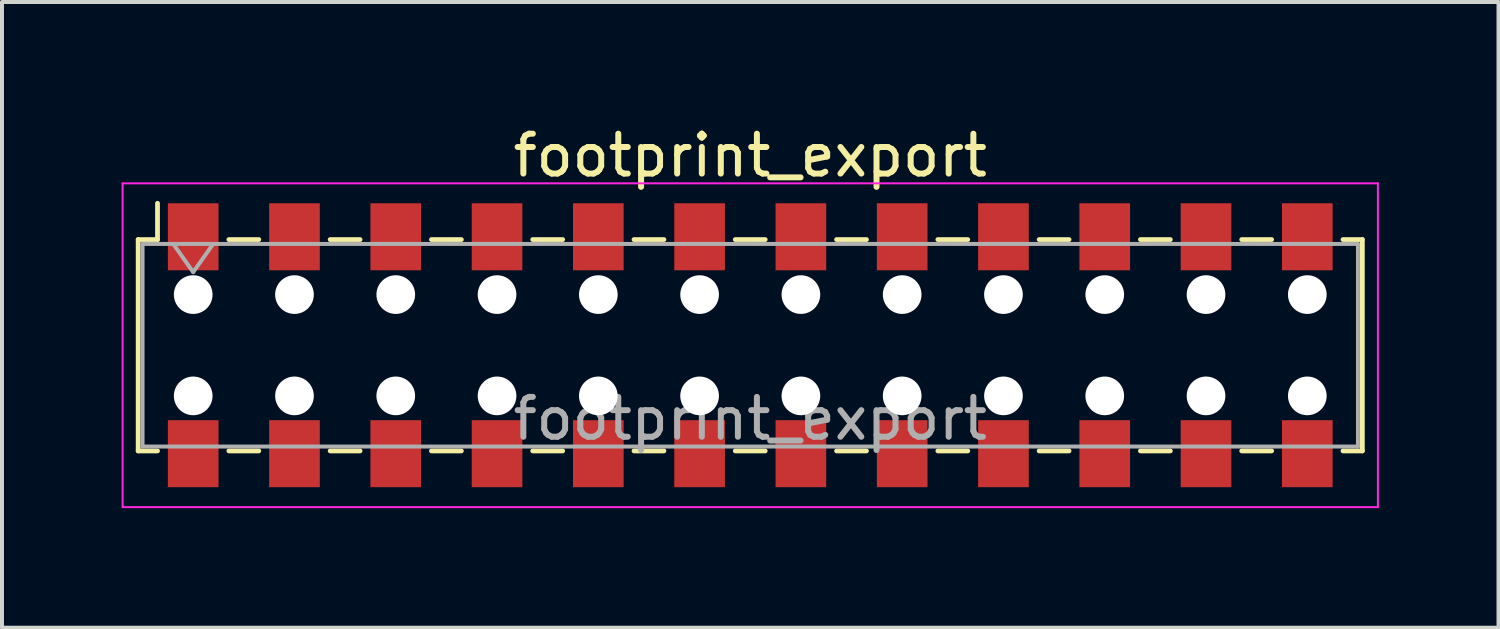
<source format=kicad_pcb>
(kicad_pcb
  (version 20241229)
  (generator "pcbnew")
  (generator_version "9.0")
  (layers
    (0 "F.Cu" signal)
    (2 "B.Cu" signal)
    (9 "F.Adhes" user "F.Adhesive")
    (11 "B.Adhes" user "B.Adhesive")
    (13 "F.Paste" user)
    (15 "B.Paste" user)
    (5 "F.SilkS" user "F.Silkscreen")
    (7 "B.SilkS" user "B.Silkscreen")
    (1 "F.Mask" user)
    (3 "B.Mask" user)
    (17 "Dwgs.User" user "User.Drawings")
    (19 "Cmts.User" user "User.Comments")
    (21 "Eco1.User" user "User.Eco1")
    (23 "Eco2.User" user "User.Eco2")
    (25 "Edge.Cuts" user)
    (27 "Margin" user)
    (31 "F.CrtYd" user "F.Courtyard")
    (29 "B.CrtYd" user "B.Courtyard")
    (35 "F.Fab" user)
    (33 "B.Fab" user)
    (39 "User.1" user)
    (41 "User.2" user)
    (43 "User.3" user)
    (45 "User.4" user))
  (footprint "footprint_export"
    (layer "F.Cu")
    (at 15.765 5.608)
    (property "Reference" "footprint_export" (at 0 -4.76 0) (layer "F.SilkS") (effects (font (size 1 1) (thickness 0.15))))
    (attr smd)
    (fp_line (start -15.35 -2.65) (end -15.35 2.65) (stroke (width 0.12) (type solid)) (layer "F.SilkS"))
    (fp_line (start -15.35 2.65) (end -14.865 2.65) (stroke (width 0.12) (type solid)) (layer "F.SilkS"))
    (fp_line (start -14.865 -3.56) (end -14.865 -2.65) (stroke (width 0.12) (type solid)) (layer "F.SilkS"))
    (fp_line (start -14.865 -2.65) (end -15.35 -2.65) (stroke (width 0.12) (type solid)) (layer "F.SilkS"))
    (fp_line (start -13.075 -2.65) (end -12.325 -2.65) (stroke (width 0.12) (type solid)) (layer "F.SilkS"))
    (fp_line (start -13.075 2.65) (end -12.325 2.65) (stroke (width 0.12) (type solid)) (layer "F.SilkS"))
    (fp_line (start -10.535 -2.65) (end -9.785 -2.65) (stroke (width 0.12) (type solid)) (layer "F.SilkS"))
    (fp_line (start -10.535 2.65) (end -9.785 2.65) (stroke (width 0.12) (type solid)) (layer "F.SilkS"))
    (fp_line (start -7.995 -2.65) (end -7.245 -2.65) (stroke (width 0.12) (type solid)) (layer "F.SilkS"))
    (fp_line (start -7.995 2.65) (end -7.245 2.65) (stroke (width 0.12) (type solid)) (layer "F.SilkS"))
    (fp_line (start -5.455 -2.65) (end -4.705 -2.65) (stroke (width 0.12) (type solid)) (layer "F.SilkS"))
    (fp_line (start -5.455 2.65) (end -4.705 2.65) (stroke (width 0.12) (type solid)) (layer "F.SilkS"))
    (fp_line (start -2.915 -2.65) (end -2.165 -2.65) (stroke (width 0.12) (type solid)) (layer "F.SilkS"))
    (fp_line (start -2.915 2.65) (end -2.165 2.65) (stroke (width 0.12) (type solid)) (layer "F.SilkS"))
    (fp_line (start -0.375 -2.65) (end 0.375 -2.65) (stroke (width 0.12) (type solid)) (layer "F.SilkS"))
    (fp_line (start -0.375 2.65) (end 0.375 2.65) (stroke (width 0.12) (type solid)) (layer "F.SilkS"))
    (fp_line (start 2.165 -2.65) (end 2.915 -2.65) (stroke (width 0.12) (type solid)) (layer "F.SilkS"))
    (fp_line (start 2.165 2.65) (end 2.915 2.65) (stroke (width 0.12) (type solid)) (layer "F.SilkS"))
    (fp_line (start 4.705 -2.65) (end 5.455 -2.65) (stroke (width 0.12) (type solid)) (layer "F.SilkS"))
    (fp_line (start 4.705 2.65) (end 5.455 2.65) (stroke (width 0.12) (type solid)) (layer "F.SilkS"))
    (fp_line (start 7.245 -2.65) (end 7.995 -2.65) (stroke (width 0.12) (type solid)) (layer "F.SilkS"))
    (fp_line (start 7.245 2.65) (end 7.995 2.65) (stroke (width 0.12) (type solid)) (layer "F.SilkS"))
    (fp_line (start 9.785 -2.65) (end 10.535 -2.65) (stroke (width 0.12) (type solid)) (layer "F.SilkS"))
    (fp_line (start 9.785 2.65) (end 10.535 2.65) (stroke (width 0.12) (type solid)) (layer "F.SilkS"))
    (fp_line (start 12.325 -2.65) (end 13.075 -2.65) (stroke (width 0.12) (type solid)) (layer "F.SilkS"))
    (fp_line (start 12.325 2.65) (end 13.075 2.65) (stroke (width 0.12) (type solid)) (layer "F.SilkS"))
    (fp_line (start 14.865 -2.65) (end 15.35 -2.65) (stroke (width 0.12) (type solid)) (layer "F.SilkS"))
    (fp_line (start 15.35 -2.65) (end 15.35 2.65) (stroke (width 0.12) (type solid)) (layer "F.SilkS"))
    (fp_line (start 15.35 2.65) (end 14.865 2.65) (stroke (width 0.12) (type solid)) (layer "F.SilkS"))
    (fp_line (start -15.74 -4.06) (end 15.74 -4.06) (stroke (width 0.05) (type solid)) (layer "F.CrtYd"))
    (fp_line (start -15.74 4.06) (end -15.74 -4.06) (stroke (width 0.05) (type solid)) (layer "F.CrtYd"))
    (fp_line (start 15.74 -4.06) (end 15.74 4.06) (stroke (width 0.05) (type solid)) (layer "F.CrtYd"))
    (fp_line (start 15.74 4.06) (end -15.74 4.06) (stroke (width 0.05) (type solid)) (layer "F.CrtYd"))
    (fp_line (start -15.24 -2.54) (end 15.24 -2.54) (stroke (width 0.1) (type solid)) (layer "F.Fab"))
    (fp_line (start -15.24 2.54) (end -15.24 -2.54) (stroke (width 0.1) (type solid)) (layer "F.Fab"))
    (fp_line (start -14.47 -2.54) (end -13.97 -1.833) (stroke (width 0.1) (type solid)) (layer "F.Fab"))
    (fp_line (start -13.97 -1.833) (end -13.47 -2.54) (stroke (width 0.1) (type solid)) (layer "F.Fab"))
    (fp_line (start 15.24 -2.54) (end 15.24 2.54) (stroke (width 0.1) (type solid)) (layer "F.Fab"))
    (fp_line (start 15.24 2.54) (end -15.24 2.54) (stroke (width 0.1) (type solid)) (layer "F.Fab"))
    (fp_text user "${REFERENCE}" (at 0 1.84 0) (layer "F.Fab") (effects (font (size 1 1) (thickness 0.15))))
    (pad "" np_thru_hole circle (at -13.97 -1.27) (size 0.97 0.97) (drill 0.97) (layers "*.Cu" "*.Mask"))
    (pad "" np_thru_hole circle (at -13.97 1.27) (size 0.97 0.97) (drill 0.97) (layers "*.Cu" "*.Mask"))
    (pad "" np_thru_hole circle (at -11.43 -1.27) (size 0.97 0.97) (drill 0.97) (layers "*.Cu" "*.Mask"))
    (pad "" np_thru_hole circle (at -11.43 1.27) (size 0.97 0.97) (drill 0.97) (layers "*.Cu" "*.Mask"))
    (pad "" np_thru_hole circle (at -8.89 -1.27) (size 0.97 0.97) (drill 0.97) (layers "*.Cu" "*.Mask"))
    (pad "" np_thru_hole circle (at -8.89 1.27) (size 0.97 0.97) (drill 0.97) (layers "*.Cu" "*.Mask"))
    (pad "" np_thru_hole circle (at -6.35 -1.27) (size 0.97 0.97) (drill 0.97) (layers "*.Cu" "*.Mask"))
    (pad "" np_thru_hole circle (at -6.35 1.27) (size 0.97 0.97) (drill 0.97) (layers "*.Cu" "*.Mask"))
    (pad "" np_thru_hole circle (at -3.81 -1.27) (size 0.97 0.97) (drill 0.97) (layers "*.Cu" "*.Mask"))
    (pad "" np_thru_hole circle (at -3.81 1.27) (size 0.97 0.97) (drill 0.97) (layers "*.Cu" "*.Mask"))
    (pad "" np_thru_hole circle (at -1.27 -1.27) (size 0.97 0.97) (drill 0.97) (layers "*.Cu" "*.Mask"))
    (pad "" np_thru_hole circle (at -1.27 1.27) (size 0.97 0.97) (drill 0.97) (layers "*.Cu" "*.Mask"))
    (pad "" np_thru_hole circle (at 1.27 -1.27) (size 0.97 0.97) (drill 0.97) (layers "*.Cu" "*.Mask"))
    (pad "" np_thru_hole circle (at 1.27 1.27) (size 0.97 0.97) (drill 0.97) (layers "*.Cu" "*.Mask"))
    (pad "" np_thru_hole circle (at 3.81 -1.27) (size 0.97 0.97) (drill 0.97) (layers "*.Cu" "*.Mask"))
    (pad "" np_thru_hole circle (at 3.81 1.27) (size 0.97 0.97) (drill 0.97) (layers "*.Cu" "*.Mask"))
    (pad "" np_thru_hole circle (at 6.35 -1.27) (size 0.97 0.97) (drill 0.97) (layers "*.Cu" "*.Mask"))
    (pad "" np_thru_hole circle (at 6.35 1.27) (size 0.97 0.97) (drill 0.97) (layers "*.Cu" "*.Mask"))
    (pad "" np_thru_hole circle (at 8.89 -1.27) (size 0.97 0.97) (drill 0.97) (layers "*.Cu" "*.Mask"))
    (pad "" np_thru_hole circle (at 8.89 1.27) (size 0.97 0.97) (drill 0.97) (layers "*.Cu" "*.Mask"))
    (pad "" np_thru_hole circle (at 11.43 -1.27) (size 0.97 0.97) (drill 0.97) (layers "*.Cu" "*.Mask"))
    (pad "" np_thru_hole circle (at 11.43 1.27) (size 0.97 0.97) (drill 0.97) (layers "*.Cu" "*.Mask"))
    (pad "" np_thru_hole circle (at 13.97 -1.27) (size 0.97 0.97) (drill 0.97) (layers "*.Cu" "*.Mask"))
    (pad "" np_thru_hole circle (at 13.97 1.27) (size 0.97 0.97) (drill 0.97) (layers "*.Cu" "*.Mask"))
    (pad "1" smd rect (at -13.97 -2.72) (size 1.27 1.68) (layers "F.Cu" "F.Mask" "F.Paste"))
    (pad "2" smd rect (at -13.97 2.72) (size 1.27 1.68) (layers "F.Cu" "F.Mask" "F.Paste"))
    (pad "3" smd rect (at -11.43 -2.72) (size 1.27 1.68) (layers "F.Cu" "F.Mask" "F.Paste"))
    (pad "4" smd rect (at -11.43 2.72) (size 1.27 1.68) (layers "F.Cu" "F.Mask" "F.Paste"))
    (pad "5" smd rect (at -8.89 -2.72) (size 1.27 1.68) (layers "F.Cu" "F.Mask" "F.Paste"))
    (pad "6" smd rect (at -8.89 2.72) (size 1.27 1.68) (layers "F.Cu" "F.Mask" "F.Paste"))
    (pad "7" smd rect (at -6.35 -2.72) (size 1.27 1.68) (layers "F.Cu" "F.Mask" "F.Paste"))
    (pad "8" smd rect (at -6.35 2.72) (size 1.27 1.68) (layers "F.Cu" "F.Mask" "F.Paste"))
    (pad "9" smd rect (at -3.81 -2.72) (size 1.27 1.68) (layers "F.Cu" "F.Mask" "F.Paste"))
    (pad "10" smd rect (at -3.81 2.72) (size 1.27 1.68) (layers "F.Cu" "F.Mask" "F.Paste"))
    (pad "11" smd rect (at -1.27 -2.72) (size 1.27 1.68) (layers "F.Cu" "F.Mask" "F.Paste"))
    (pad "12" smd rect (at -1.27 2.72) (size 1.27 1.68) (layers "F.Cu" "F.Mask" "F.Paste"))
    (pad "13" smd rect (at 1.27 -2.72) (size 1.27 1.68) (layers "F.Cu" "F.Mask" "F.Paste"))
    (pad "14" smd rect (at 1.27 2.72) (size 1.27 1.68) (layers "F.Cu" "F.Mask" "F.Paste"))
    (pad "15" smd rect (at 3.81 -2.72) (size 1.27 1.68) (layers "F.Cu" "F.Mask" "F.Paste"))
    (pad "16" smd rect (at 3.81 2.72) (size 1.27 1.68) (layers "F.Cu" "F.Mask" "F.Paste"))
    (pad "17" smd rect (at 6.35 -2.72) (size 1.27 1.68) (layers "F.Cu" "F.Mask" "F.Paste"))
    (pad "18" smd rect (at 6.35 2.72) (size 1.27 1.68) (layers "F.Cu" "F.Mask" "F.Paste"))
    (pad "19" smd rect (at 8.89 -2.72) (size 1.27 1.68) (layers "F.Cu" "F.Mask" "F.Paste"))
    (pad "20" smd rect (at 8.89 2.72) (size 1.27 1.68) (layers "F.Cu" "F.Mask" "F.Paste"))
    (pad "21" smd rect (at 11.43 -2.72) (size 1.27 1.68) (layers "F.Cu" "F.Mask" "F.Paste"))
    (pad "22" smd rect (at 11.43 2.72) (size 1.27 1.68) (layers "F.Cu" "F.Mask" "F.Paste"))
    (pad "23" smd rect (at 13.97 -2.72) (size 1.27 1.68) (layers "F.Cu" "F.Mask" "F.Paste"))
    (pad "24" smd rect (at 13.97 2.72) (size 1.27 1.68) (layers "F.Cu" "F.Mask" "F.Paste")))
  (gr_rect
    (start -3 -3)
    (end 34.53 12.693)
    (stroke (width 0.1) (type default))
    (fill no)
    (layer "Edge.Cuts")))
</source>
